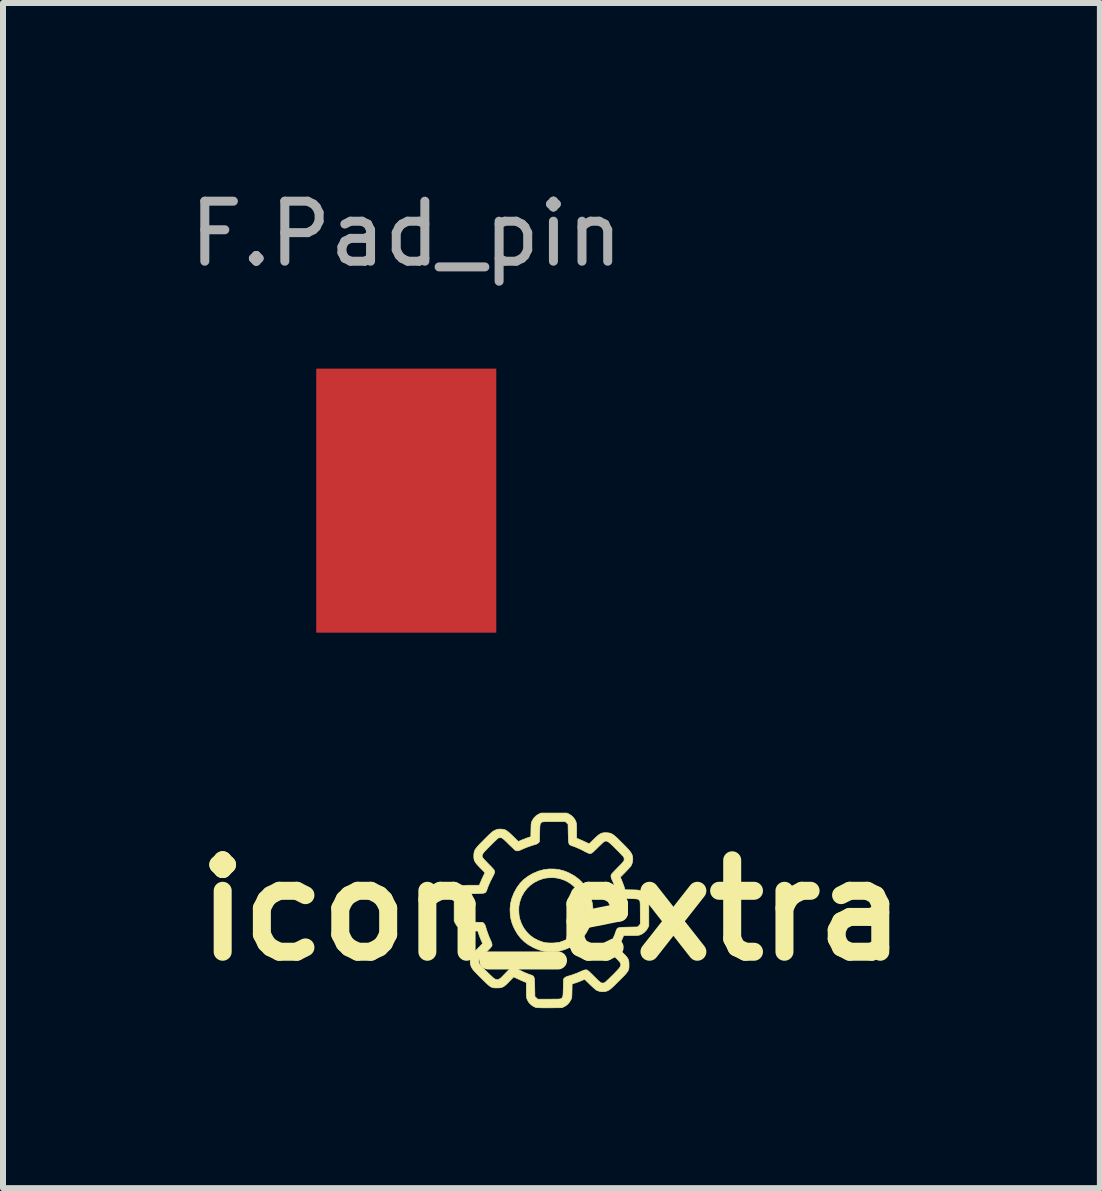
<source format=kicad_pcb>
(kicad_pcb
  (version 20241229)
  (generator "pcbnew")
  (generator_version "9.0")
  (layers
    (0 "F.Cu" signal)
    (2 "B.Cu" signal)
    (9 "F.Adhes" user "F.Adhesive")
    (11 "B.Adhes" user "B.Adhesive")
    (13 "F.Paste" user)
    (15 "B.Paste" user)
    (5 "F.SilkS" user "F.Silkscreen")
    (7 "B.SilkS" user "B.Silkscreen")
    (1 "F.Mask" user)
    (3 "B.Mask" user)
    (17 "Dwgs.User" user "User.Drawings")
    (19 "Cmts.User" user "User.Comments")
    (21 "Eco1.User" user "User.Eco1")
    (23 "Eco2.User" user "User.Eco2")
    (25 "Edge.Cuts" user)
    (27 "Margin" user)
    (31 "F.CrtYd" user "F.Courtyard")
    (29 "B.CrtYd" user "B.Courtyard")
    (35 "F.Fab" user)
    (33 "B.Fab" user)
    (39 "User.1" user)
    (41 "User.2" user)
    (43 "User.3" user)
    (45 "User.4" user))
  (footprint "F.Pad_pin"
    (layer "F.Cu")
    (at 3.72 5.293)
    (property "Reference" "F.Pad_pin" (at 0 -4.445 0) (layer "F.Fab") (effects (font (size 1 1) (thickness 0.15))))
    (attr through_hole)
    (pad "1" smd rect (at 0 0) (size 3 4.4) (layers "F.Cu" "F.Mask" "F.Paste")))
  (footprint "icon_extra"
    (layer "F.Cu")
    (at 6.14 12.121)
    (property "Reference" "icon_extra" (at 0 0 0) (layer "F.SilkS") (effects (font (size 1.524 1.524) (thickness 0.3))))
    (attr through_hole)
    (fp_poly (pts (xy 0.049 -0.689) (xy 0.069 -0.687) (xy 0.131 -0.678) (xy 0.186 -0.665) (xy 0.239 -0.647) (xy 0.296 -0.622) (xy 0.302 -0.619) (xy 0.383 -0.574) (xy 0.453 -0.522) (xy 0.515 -0.461) (xy 0.568 -0.391) (xy 0.615 -0.311) (xy 0.619 -0.302) (xy 0.655 -0.215) (xy 0.679 -0.128) (xy 0.69 -0.041) (xy 0.689 0.049) (xy 0.687 0.069) (xy 0.678 0.131) (xy 0.665 0.186) (xy 0.647 0.239) (xy 0.622 0.296) (xy 0.619 0.302) (xy 0.574 0.383) (xy 0.521 0.454) (xy 0.46 0.516) (xy 0.389 0.57) (xy 0.309 0.616) (xy 0.302 0.619) (xy 0.215 0.655) (xy 0.129 0.679) (xy 0.041 0.69) (xy -0.05 0.689) (xy -0.092 0.685) (xy -0.159 0.673) (xy -0.226 0.652) (xy -0.295 0.623) (xy -0.302 0.619) (xy -0.383 0.574) (xy -0.454 0.521) (xy -0.516 0.46) (xy -0.57 0.389) (xy -0.616 0.309) (xy -0.619 0.302) (xy -0.645 0.244) (xy -0.664 0.19) (xy -0.678 0.134) (xy -0.687 0.071) (xy -0.687 0.068) (xy -0.69 -0.003) (xy -0.545 -0.003) (xy -0.543 0.045) (xy -0.539 0.09) (xy -0.532 0.128) (xy -0.53 0.136) (xy -0.502 0.217) (xy -0.464 0.291) (xy -0.416 0.357) (xy -0.36 0.414) (xy -0.295 0.462) (xy -0.222 0.5) (xy -0.142 0.529) (xy -0.108 0.537) (xy -0.077 0.541) (xy -0.038 0.543) (xy 0.006 0.544) (xy 0.05 0.542) (xy 0.091 0.538) (xy 0.125 0.533) (xy 0.136 0.531) (xy 0.217 0.502) (xy 0.29 0.464) (xy 0.356 0.416) (xy 0.413 0.36) (xy 0.461 0.296) (xy 0.499 0.225) (xy 0.527 0.148) (xy 0.54 0.086) (xy 0.544 0.048) (xy 0.545 0.003) (xy 0.543 -0.045) (xy 0.539 -0.09) (xy 0.532 -0.128) (xy 0.53 -0.136) (xy 0.502 -0.216) (xy 0.464 -0.29) (xy 0.417 -0.355) (xy 0.361 -0.412) (xy 0.297 -0.46) (xy 0.226 -0.499) (xy 0.149 -0.526) (xy 0.086 -0.54) (xy 0.048 -0.544) (xy 0.003 -0.545) (xy -0.045 -0.543) (xy -0.09 -0.539) (xy -0.128 -0.532) (xy -0.136 -0.53) (xy -0.216 -0.502) (xy -0.29 -0.464) (xy -0.355 -0.417) (xy -0.412 -0.361) (xy -0.46 -0.297) (xy -0.499 -0.226) (xy -0.526 -0.149) (xy -0.54 -0.086) (xy -0.544 -0.048) (xy -0.545 -0.003) (xy -0.69 -0.003) (xy -0.691 -0.021) (xy -0.683 -0.109) (xy -0.662 -0.197) (xy -0.628 -0.283) (xy -0.619 -0.302) (xy -0.574 -0.383) (xy -0.522 -0.453) (xy -0.461 -0.515) (xy -0.391 -0.568) (xy -0.311 -0.615) (xy -0.302 -0.619) (xy -0.215 -0.655) (xy -0.128 -0.679) (xy -0.041 -0.69) (xy 0.049 -0.689)) (stroke (width 0.01) (type solid)) (fill yes) (layer "F.SilkS"))
    (fp_poly (pts (xy 0.293 -1.605) (xy 0.329 -1.582) (xy 0.362 -1.551) (xy 0.39 -1.515) (xy 0.406 -1.482) (xy 0.411 -1.469) (xy 0.414 -1.455) (xy 0.416 -1.438) (xy 0.418 -1.416) (xy 0.419 -1.387) (xy 0.419 -1.349) (xy 0.419 -1.325) (xy 0.419 -1.202) (xy 0.449 -1.191) (xy 0.467 -1.183) (xy 0.492 -1.172) (xy 0.523 -1.159) (xy 0.554 -1.144) (xy 0.554 -1.144) (xy 0.629 -1.109) (xy 0.71 -1.189) (xy 0.747 -1.224) (xy 0.777 -1.251) (xy 0.804 -1.27) (xy 0.828 -1.283) (xy 0.853 -1.291) (xy 0.88 -1.294) (xy 0.911 -1.294) (xy 0.921 -1.294) (xy 0.945 -1.292) (xy 0.966 -1.289) (xy 0.985 -1.284) (xy 1.004 -1.276) (xy 1.024 -1.264) (xy 1.047 -1.247) (xy 1.073 -1.224) (xy 1.105 -1.195) (xy 1.142 -1.158) (xy 1.179 -1.122) (xy 1.222 -1.078) (xy 1.258 -1.041) (xy 1.285 -1.011) (xy 1.307 -0.986) (xy 1.323 -0.964) (xy 1.335 -0.944) (xy 1.343 -0.925) (xy 1.349 -0.906) (xy 1.353 -0.885) (xy 1.353 -0.885) (xy 1.355 -0.842) (xy 1.348 -0.796) (xy 1.333 -0.755) (xy 1.332 -0.753) (xy 1.324 -0.74) (xy 1.308 -0.72) (xy 1.286 -0.696) (xy 1.26 -0.668) (xy 1.234 -0.641) (xy 1.148 -0.554) (xy 1.178 -0.481) (xy 1.19 -0.449) (xy 1.202 -0.418) (xy 1.211 -0.392) (xy 1.216 -0.376) (xy 1.226 -0.344) (xy 1.342 -0.342) (xy 1.383 -0.341) (xy 1.414 -0.34) (xy 1.437 -0.338) (xy 1.454 -0.336) (xy 1.468 -0.333) (xy 1.481 -0.328) (xy 1.493 -0.323) (xy 1.535 -0.297) (xy 1.571 -0.263) (xy 1.6 -0.222) (xy 1.605 -0.211) (xy 1.622 -0.175) (xy 1.622 0.257) (xy 1.605 0.293) (xy 1.582 0.329) (xy 1.551 0.362) (xy 1.515 0.39) (xy 1.482 0.406) (xy 1.469 0.411) (xy 1.455 0.414) (xy 1.438 0.416) (xy 1.416 0.418) (xy 1.387 0.419) (xy 1.349 0.419) (xy 1.325 0.419) (xy 1.202 0.419) (xy 1.191 0.449) (xy 1.184 0.467) (xy 1.172 0.492) (xy 1.159 0.523) (xy 1.144 0.554) (xy 1.144 0.554) (xy 1.109 0.629) (xy 1.182 0.701) (xy 1.218 0.736) (xy 1.245 0.765) (xy 1.265 0.79) (xy 1.278 0.814) (xy 1.286 0.838) (xy 1.291 0.865) (xy 1.292 0.897) (xy 1.292 0.908) (xy 1.292 0.934) (xy 1.291 0.956) (xy 1.288 0.975) (xy 1.282 0.994) (xy 1.273 1.012) (xy 1.259 1.032) (xy 1.241 1.055) (xy 1.216 1.083) (xy 1.184 1.115) (xy 1.145 1.155) (xy 1.121 1.178) (xy 1.078 1.221) (xy 1.043 1.256) (xy 1.013 1.284) (xy 0.989 1.305) (xy 0.968 1.321) (xy 0.95 1.332) (xy 0.933 1.341) (xy 0.915 1.347) (xy 0.897 1.351) (xy 0.889 1.353) (xy 0.848 1.355) (xy 0.804 1.35) (xy 0.763 1.337) (xy 0.753 1.332) (xy 0.74 1.324) (xy 0.721 1.308) (xy 0.696 1.286) (xy 0.668 1.26) (xy 0.64 1.233) (xy 0.553 1.148) (xy 0.499 1.171) (xy 0.467 1.184) (xy 0.431 1.198) (xy 0.399 1.209) (xy 0.395 1.21) (xy 0.344 1.227) (xy 0.342 1.342) (xy 0.341 1.383) (xy 0.34 1.414) (xy 0.339 1.437) (xy 0.337 1.453) (xy 0.333 1.467) (xy 0.329 1.479) (xy 0.322 1.493) (xy 0.321 1.495) (xy 0.293 1.539) (xy 0.256 1.577) (xy 0.214 1.604) (xy 0.211 1.605) (xy 0.175 1.622) (xy -0.032 1.624) (xy -0.094 1.624) (xy -0.144 1.624) (xy -0.184 1.623) (xy -0.215 1.622) (xy -0.238 1.621) (xy -0.254 1.619) (xy -0.265 1.617) (xy -0.307 1.597) (xy -0.347 1.567) (xy -0.38 1.531) (xy -0.403 1.489) (xy -0.406 1.482) (xy -0.411 1.468) (xy -0.414 1.454) (xy -0.416 1.437) (xy -0.418 1.416) (xy -0.419 1.387) (xy -0.419 1.348) (xy -0.419 1.325) (xy -0.419 1.202) (xy -0.449 1.191) (xy -0.467 1.184) (xy -0.492 1.172) (xy -0.523 1.159) (xy -0.554 1.144) (xy -0.555 1.144) (xy -0.63 1.109) (xy -0.701 1.182) (xy -0.736 1.218) (xy -0.765 1.245) (xy -0.79 1.265) (xy -0.814 1.278) (xy -0.838 1.286) (xy -0.865 1.291) (xy -0.897 1.292) (xy -0.908 1.292) (xy -0.934 1.292) (xy -0.956 1.291) (xy -0.976 1.288) (xy -0.994 1.282) (xy -1.013 1.273) (xy -1.033 1.259) (xy -1.056 1.24) (xy -1.084 1.215) (xy -1.118 1.182) (xy -1.158 1.143) (xy -1.176 1.125) (xy -1.216 1.085) (xy -1.248 1.052) (xy -1.273 1.026) (xy -1.292 1.006) (xy -1.306 0.989) (xy -1.317 0.974) (xy -1.325 0.961) (xy -1.332 0.948) (xy -1.334 0.944) (xy -1.345 0.918) (xy -1.351 0.896) (xy -1.354 0.873) (xy -1.354 0.851) (xy -1.353 0.822) (xy -1.349 0.797) (xy -1.342 0.774) (xy -1.329 0.75) (xy -1.311 0.724) (xy -1.286 0.695) (xy -1.253 0.659) (xy -1.234 0.641) (xy -1.148 0.553) (xy -1.17 0.501) (xy -1.184 0.468) (xy -1.198 0.432) (xy -1.21 0.399) (xy -1.211 0.396) (xy -1.228 0.344) (xy -1.343 0.342) (xy -1.384 0.341) (xy -1.414 0.34) (xy -1.437 0.339) (xy -1.454 0.336) (xy -1.467 0.333) (xy -1.479 0.329) (xy -1.493 0.322) (xy -1.495 0.321) (xy -1.539 0.293) (xy -1.577 0.256) (xy -1.604 0.214) (xy -1.605 0.211) (xy -1.622 0.175) (xy -1.622 -0.041) (xy -1.48 -0.041) (xy -1.479 0.014) (xy -1.479 0.057) (xy -1.479 0.091) (xy -1.478 0.116) (xy -1.476 0.135) (xy -1.475 0.147) (xy -1.472 0.156) (xy -1.469 0.162) (xy -1.469 0.162) (xy -1.462 0.172) (xy -1.454 0.179) (xy -1.444 0.185) (xy -1.43 0.189) (xy -1.409 0.192) (xy -1.382 0.194) (xy -1.345 0.195) (xy -1.297 0.197) (xy -1.288 0.197) (xy -1.144 0.2) (xy -1.125 0.218) (xy -1.114 0.232) (xy -1.104 0.251) (xy -1.095 0.279) (xy -1.092 0.291) (xy -1.081 0.328) (xy -1.066 0.371) (xy -1.049 0.418) (xy -1.03 0.463) (xy -1.012 0.503) (xy -1.007 0.514) (xy -0.996 0.542) (xy -0.991 0.569) (xy -0.991 0.572) (xy -0.991 0.581) (xy -0.992 0.589) (xy -0.996 0.598) (xy -1.004 0.608) (xy -1.015 0.622) (xy -1.032 0.641) (xy -1.056 0.665) (xy -1.087 0.697) (xy -1.099 0.708) (xy -1.133 0.743) (xy -1.16 0.77) (xy -1.179 0.791) (xy -1.193 0.807) (xy -1.202 0.82) (xy -1.207 0.829) (xy -1.21 0.838) (xy -1.211 0.843) (xy -1.21 0.872) (xy -1.205 0.886) (xy -1.197 0.896) (xy -1.183 0.912) (xy -1.161 0.935) (xy -1.135 0.963) (xy -1.105 0.994) (xy -1.072 1.027) (xy -1.029 1.069) (xy -0.993 1.103) (xy -0.964 1.129) (xy -0.938 1.146) (xy -0.916 1.154) (xy -0.895 1.155) (xy -0.874 1.147) (xy -0.851 1.131) (xy -0.825 1.108) (xy -0.795 1.076) (xy -0.77 1.051) (xy -0.743 1.022) (xy -0.717 0.997) (xy -0.695 0.976) (xy -0.679 0.961) (xy -0.669 0.953) (xy -0.668 0.953) (xy -0.652 0.948) (xy -0.635 0.947) (xy -0.615 0.953) (xy -0.588 0.965) (xy -0.559 0.98) (xy -0.484 1.019) (xy -0.409 1.052) (xy -0.355 1.072) (xy -0.334 1.079) (xy -0.318 1.086) (xy -0.305 1.094) (xy -0.296 1.104) (xy -0.29 1.119) (xy -0.285 1.139) (xy -0.283 1.167) (xy -0.281 1.204) (xy -0.28 1.251) (xy -0.279 1.277) (xy -0.276 1.436) (xy -0.229 1.48) (xy -0.041 1.48) (xy 0.014 1.479) (xy 0.057 1.479) (xy 0.091 1.479) (xy 0.116 1.478) (xy 0.135 1.476) (xy 0.147 1.475) (xy 0.156 1.472) (xy 0.162 1.469) (xy 0.162 1.469) (xy 0.172 1.462) (xy 0.179 1.454) (xy 0.185 1.444) (xy 0.189 1.43) (xy 0.192 1.409) (xy 0.194 1.382) (xy 0.195 1.345) (xy 0.197 1.297) (xy 0.197 1.288) (xy 0.2 1.144) (xy 0.218 1.125) (xy 0.232 1.114) (xy 0.251 1.104) (xy 0.279 1.095) (xy 0.291 1.092) (xy 0.328 1.081) (xy 0.371 1.066) (xy 0.418 1.049) (xy 0.463 1.03) (xy 0.503 1.012) (xy 0.514 1.007) (xy 0.542 0.996) (xy 0.569 0.991) (xy 0.572 0.991) (xy 0.581 0.991) (xy 0.589 0.992) (xy 0.598 0.996) (xy 0.608 1.004) (xy 0.622 1.015) (xy 0.641 1.032) (xy 0.665 1.056) (xy 0.697 1.087) (xy 0.708 1.099) (xy 0.743 1.133) (xy 0.77 1.16) (xy 0.791 1.179) (xy 0.807 1.193) (xy 0.82 1.202) (xy 0.829 1.207) (xy 0.838 1.21) (xy 0.843 1.211) (xy 0.872 1.21) (xy 0.886 1.205) (xy 0.896 1.197) (xy 0.912 1.183) (xy 0.935 1.161) (xy 0.963 1.135) (xy 0.994 1.104) (xy 1.027 1.072) (xy 1.069 1.029) (xy 1.103 0.993) (xy 1.129 0.964) (xy 1.146 0.938) (xy 1.154 0.916) (xy 1.155 0.895) (xy 1.147 0.874) (xy 1.131 0.852) (xy 1.108 0.826) (xy 1.077 0.795) (xy 1.052 0.771) (xy 1.024 0.744) (xy 0.998 0.718) (xy 0.977 0.697) (xy 0.962 0.681) (xy 0.955 0.671) (xy 0.954 0.671) (xy 0.948 0.655) (xy 0.947 0.637) (xy 0.953 0.615) (xy 0.966 0.586) (xy 0.98 0.559) (xy 1.019 0.484) (xy 1.052 0.409) (xy 1.072 0.355) (xy 1.079 0.334) (xy 1.086 0.318) (xy 1.094 0.305) (xy 1.104 0.296) (xy 1.119 0.29) (xy 1.139 0.285) (xy 1.167 0.283) (xy 1.204 0.281) (xy 1.251 0.28) (xy 1.277 0.279) (xy 1.436 0.276) (xy 1.458 0.253) (xy 1.48 0.229) (xy 1.48 0.041) (xy 1.479 -0.014) (xy 1.479 -0.057) (xy 1.479 -0.091) (xy 1.478 -0.116) (xy 1.476 -0.135) (xy 1.475 -0.147) (xy 1.472 -0.156) (xy 1.469 -0.162) (xy 1.469 -0.162) (xy 1.462 -0.172) (xy 1.454 -0.179) (xy 1.444 -0.185) (xy 1.43 -0.189) (xy 1.409 -0.192) (xy 1.382 -0.194) (xy 1.345 -0.195) (xy 1.297 -0.197) (xy 1.288 -0.197) (xy 1.144 -0.2) (xy 1.125 -0.218) (xy 1.107 -0.243) (xy 1.098 -0.269) (xy 1.088 -0.305) (xy 1.074 -0.349) (xy 1.057 -0.397) (xy 1.038 -0.443) (xy 1.02 -0.486) (xy 1.019 -0.488) (xy 1.003 -0.524) (xy 0.994 -0.553) (xy 0.991 -0.574) (xy 0.995 -0.592) (xy 1.001 -0.603) (xy 1.008 -0.612) (xy 1.023 -0.629) (xy 1.044 -0.651) (xy 1.07 -0.678) (xy 1.099 -0.707) (xy 1.109 -0.718) (xy 1.142 -0.751) (xy 1.167 -0.777) (xy 1.184 -0.796) (xy 1.197 -0.811) (xy 1.204 -0.823) (xy 1.209 -0.832) (xy 1.211 -0.842) (xy 1.211 -0.842) (xy 1.21 -0.872) (xy 1.205 -0.886) (xy 1.198 -0.896) (xy 1.183 -0.912) (xy 1.161 -0.935) (xy 1.135 -0.963) (xy 1.104 -0.994) (xy 1.072 -1.026) (xy 1.033 -1.065) (xy 1.001 -1.095) (xy 0.976 -1.119) (xy 0.956 -1.135) (xy 0.939 -1.146) (xy 0.925 -1.153) (xy 0.913 -1.155) (xy 0.901 -1.155) (xy 0.89 -1.153) (xy 0.878 -1.146) (xy 0.858 -1.13) (xy 0.831 -1.105) (xy 0.796 -1.071) (xy 0.781 -1.057) (xy 0.752 -1.028) (xy 0.725 -1.002) (xy 0.702 -0.98) (xy 0.684 -0.965) (xy 0.673 -0.956) (xy 0.672 -0.955) (xy 0.655 -0.949) (xy 0.638 -0.947) (xy 0.618 -0.952) (xy 0.592 -0.963) (xy 0.559 -0.98) (xy 0.484 -1.019) (xy 0.409 -1.052) (xy 0.355 -1.072) (xy 0.334 -1.079) (xy 0.318 -1.086) (xy 0.305 -1.094) (xy 0.296 -1.104) (xy 0.29 -1.119) (xy 0.285 -1.139) (xy 0.283 -1.167) (xy 0.281 -1.204) (xy 0.28 -1.251) (xy 0.279 -1.277) (xy 0.276 -1.436) (xy 0.253 -1.458) (xy 0.229 -1.48) (xy 0.041 -1.48) (xy -0.014 -1.479) (xy -0.057 -1.479) (xy -0.091 -1.479) (xy -0.116 -1.478) (xy -0.135 -1.476) (xy -0.147 -1.475) (xy -0.156 -1.472) (xy -0.162 -1.469) (xy -0.162 -1.469) (xy -0.172 -1.462) (xy -0.179 -1.454) (xy -0.185 -1.444) (xy -0.189 -1.43) (xy -0.192 -1.409) (xy -0.194 -1.382) (xy -0.195 -1.345) (xy -0.197 -1.297) (xy -0.197 -1.288) (xy -0.2 -1.144) (xy -0.218 -1.125) (xy -0.232 -1.114) (xy -0.251 -1.104) (xy -0.279 -1.095) (xy -0.291 -1.092) (xy -0.328 -1.081) (xy -0.371 -1.066) (xy -0.418 -1.049) (xy -0.463 -1.03) (xy -0.503 -1.012) (xy -0.514 -1.007) (xy -0.548 -0.994) (xy -0.578 -0.992) (xy -0.604 -1.002) (xy -0.607 -1.004) (xy -0.617 -1.013) (xy -0.634 -1.029) (xy -0.657 -1.051) (xy -0.684 -1.077) (xy -0.714 -1.105) (xy -0.721 -1.113) (xy -0.754 -1.145) (xy -0.779 -1.169) (xy -0.798 -1.186) (xy -0.812 -1.198) (xy -0.824 -1.205) (xy -0.834 -1.209) (xy -0.842 -1.211) (xy -0.872 -1.21) (xy -0.886 -1.205) (xy -0.896 -1.198) (xy -0.912 -1.183) (xy -0.935 -1.161) (xy -0.963 -1.135) (xy -0.994 -1.104) (xy -1.026 -1.072) (xy -1.065 -1.033) (xy -1.095 -1.001) (xy -1.119 -0.976) (xy -1.135 -0.956) (xy -1.146 -0.939) (xy -1.153 -0.925) (xy -1.155 -0.913) (xy -1.155 -0.901) (xy -1.153 -0.89) (xy -1.146 -0.878) (xy -1.13 -0.858) (xy -1.105 -0.831) (xy -1.071 -0.796) (xy -1.057 -0.781) (xy -1.028 -0.752) (xy -1.002 -0.725) (xy -0.98 -0.702) (xy -0.965 -0.684) (xy -0.956 -0.673) (xy -0.955 -0.672) (xy -0.949 -0.655) (xy -0.947 -0.638) (xy -0.952 -0.618) (xy -0.963 -0.592) (xy -0.98 -0.559) (xy -1.019 -0.484) (xy -1.052 -0.409) (xy -1.072 -0.355) (xy -1.079 -0.334) (xy -1.086 -0.318) (xy -1.094 -0.305) (xy -1.104 -0.296) (xy -1.119 -0.29) (xy -1.139 -0.285) (xy -1.167 -0.283) (xy -1.204 -0.281) (xy -1.251 -0.28) (xy -1.277 -0.279) (xy -1.436 -0.276) (xy -1.458 -0.253) (xy -1.48 -0.229) (xy -1.48 -0.041) (xy -1.622 -0.041) (xy -1.622 -0.257) (xy -1.605 -0.293) (xy -1.582 -0.329) (xy -1.551 -0.362) (xy -1.515 -0.39) (xy -1.482 -0.406) (xy -1.469 -0.411) (xy -1.455 -0.414) (xy -1.438 -0.416) (xy -1.416 -0.418) (xy -1.387 -0.419) (xy -1.349 -0.419) (xy -1.325 -0.419) (xy -1.202 -0.419) (xy -1.191 -0.449) (xy -1.183 -0.467) (xy -1.172 -0.492) (xy -1.159 -0.523) (xy -1.144 -0.554) (xy -1.144 -0.554) (xy -1.109 -0.629) (xy -1.189 -0.71) (xy -1.224 -0.747) (xy -1.251 -0.777) (xy -1.27 -0.804) (xy -1.283 -0.828) (xy -1.291 -0.853) (xy -1.294 -0.88) (xy -1.294 -0.911) (xy -1.294 -0.921) (xy -1.292 -0.945) (xy -1.289 -0.966) (xy -1.284 -0.985) (xy -1.276 -1.004) (xy -1.264 -1.024) (xy -1.247 -1.047) (xy -1.224 -1.073) (xy -1.195 -1.105) (xy -1.158 -1.142) (xy -1.122 -1.179) (xy -1.082 -1.219) (xy -1.05 -1.25) (xy -1.025 -1.274) (xy -1.004 -1.293) (xy -0.988 -1.307) (xy -0.973 -1.318) (xy -0.96 -1.326) (xy -0.946 -1.333) (xy -0.943 -1.334) (xy -0.917 -1.346) (xy -0.896 -1.352) (xy -0.872 -1.354) (xy -0.851 -1.355) (xy -0.822 -1.353) (xy -0.796 -1.349) (xy -0.773 -1.342) (xy -0.749 -1.329) (xy -0.723 -1.31) (xy -0.693 -1.285) (xy -0.658 -1.251) (xy -0.64 -1.234) (xy -0.553 -1.148) (xy -0.485 -1.177) (xy -0.453 -1.189) (xy -0.422 -1.202) (xy -0.395 -1.211) (xy -0.38 -1.216) (xy -0.344 -1.227) (xy -0.342 -1.342) (xy -0.341 -1.383) (xy -0.34 -1.414) (xy -0.339 -1.437) (xy -0.336 -1.454) (xy -0.333 -1.467) (xy -0.329 -1.479) (xy -0.322 -1.493) (xy -0.321 -1.495) (xy -0.293 -1.539) (xy -0.256 -1.577) (xy -0.214 -1.604) (xy -0.211 -1.605) (xy -0.175 -1.622) (xy 0.257 -1.622) (xy 0.293 -1.605)) (stroke (width 0.01) (type solid)) (fill yes) (layer "F.SilkS")))
  (gr_rect
    (start -3 -3)
    (end 15.279 16.75)
    (stroke (width 0.1) (type default))
    (fill no)
    (layer "Edge.Cuts")))
</source>
